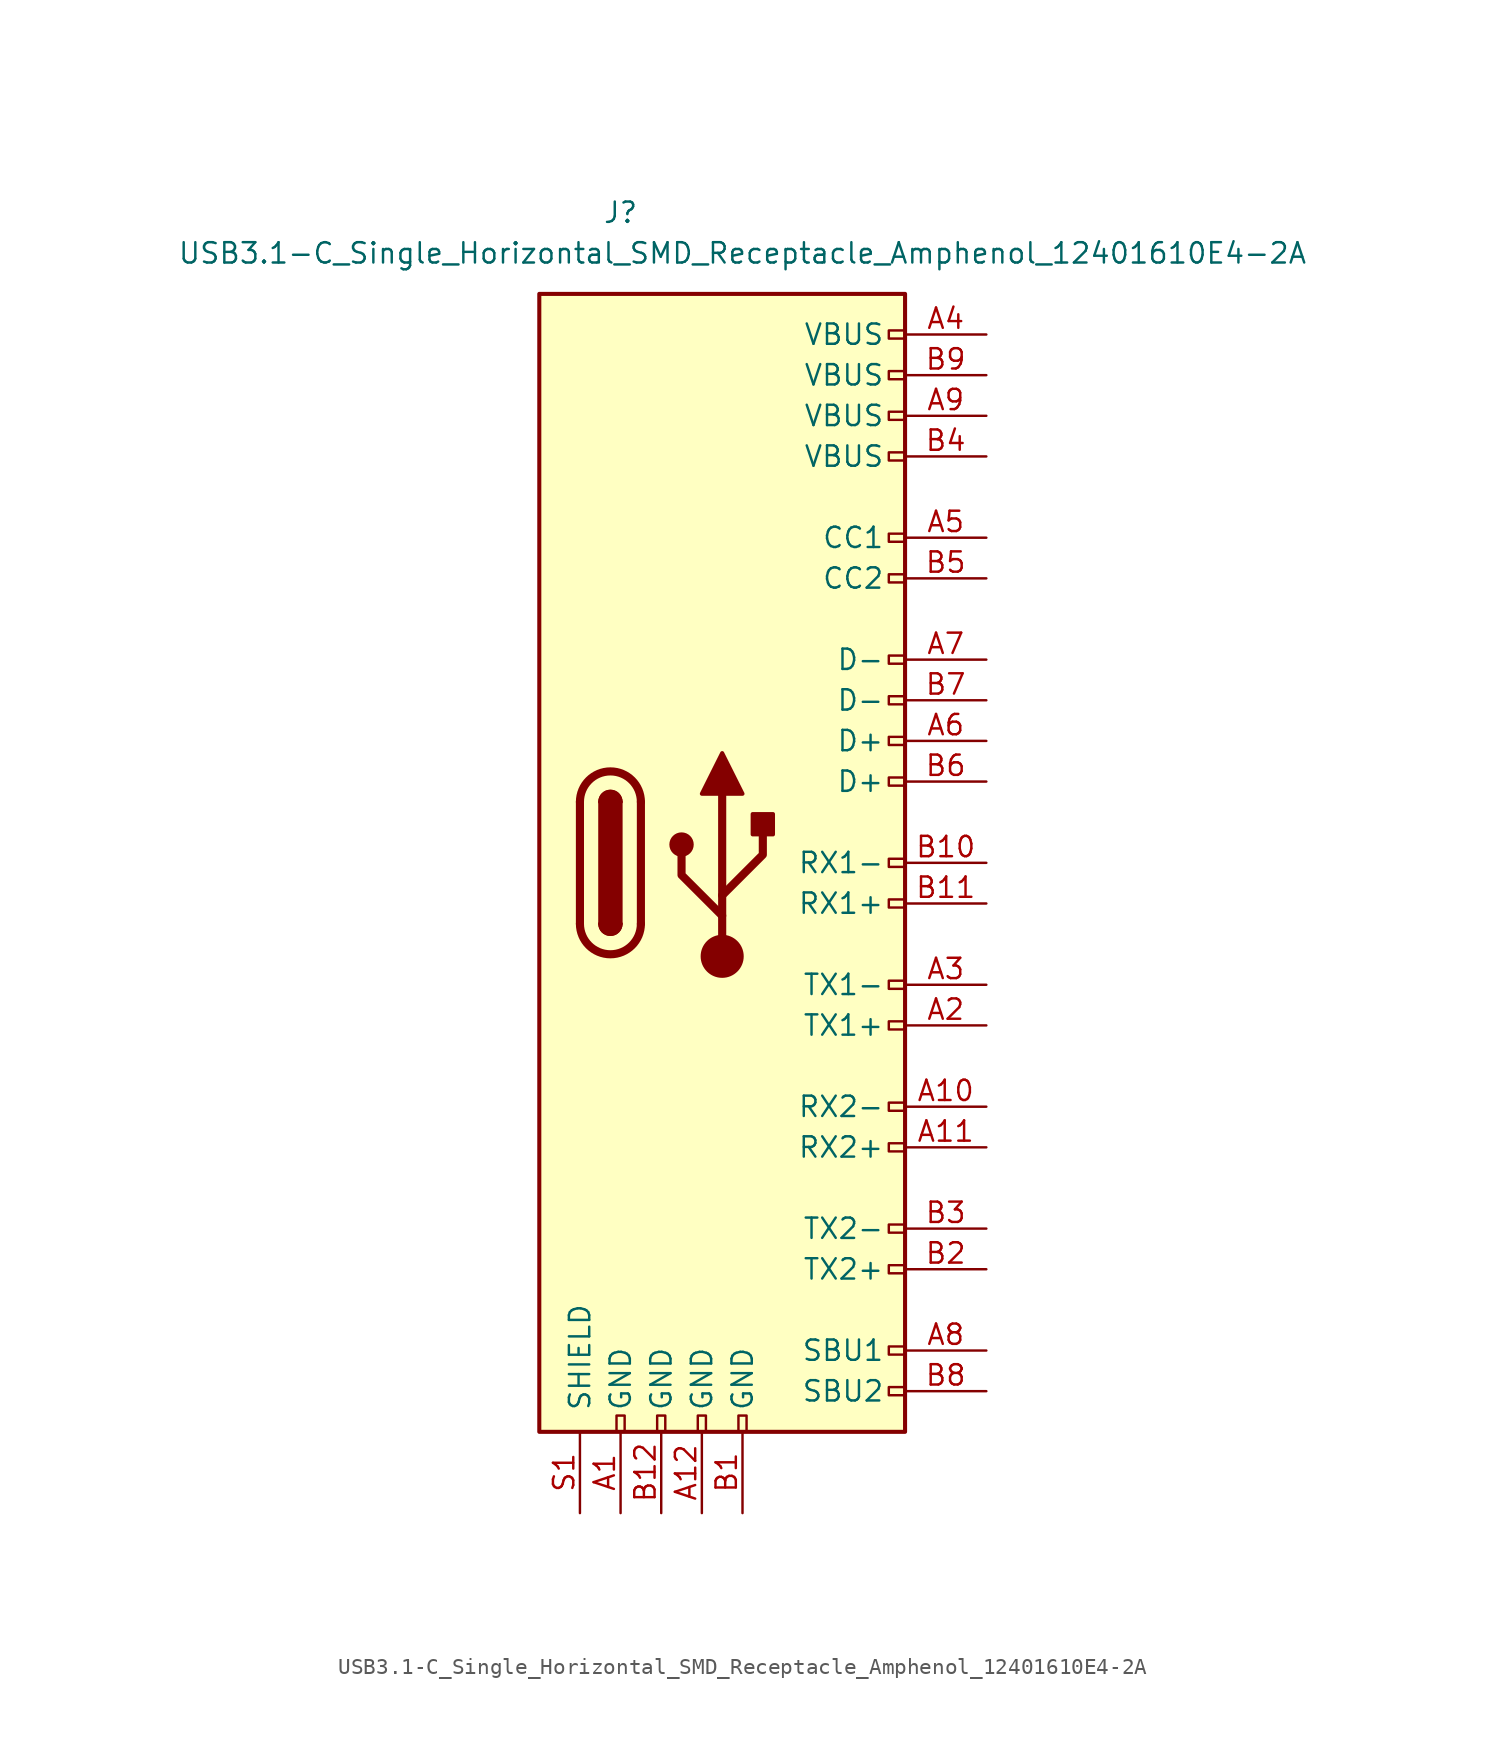
<source format=kicad_sym>
(kicad_symbol_lib
  (version 20211014)
  (generator kicad_symbol_editor)
  (symbol "USB3.1-C_Single_Horizontal_SMD_Receptacle_Amphenol_12401610E4-2A"
    (pin_names
      (offset 1.27))
    (property "Reference" "J"
      (at -6.35 40.64 0)
      (effects (font (size 1.27 1.27))))
    (property "Value" "USB3.1-C_Single_Horizontal_SMD_Receptacle_Amphenol_12401610E4-2A"
      (at 1.27 38.1 0)
      (effects (font (size 1.27 1.27))))
    (symbol "USB3.1-C_Single_Horizontal_SMD_Receptacle_Amphenol_12401610E4-2A_1_1"
      (rectangle (start -11.43 35.56) (end 11.43 -35.56) (stroke (width 0.254) (type default) (color 0 0 0 0)) (fill (type background)))
      (arc (start -8.89 -3.81) (mid -6.985 -5.715) (end -5.08 -3.81) (stroke (width 0.508) (type default) (color 0 0 0 0)) (fill (type none)))
      (arc (start -7.62 -3.81) (mid -6.985 -4.445) (end -6.35 -3.81) (stroke (width 0.254) (type default) (color 0 0 0 0)) (fill (type none)))
      (arc (start -7.62 -3.81) (mid -6.985 -4.445) (end -6.35 -3.81) (stroke (width 0.254) (type default) (color 0 0 0 0)) (fill (type outline)))
      (rectangle (start -7.62 -3.81) (end -6.35 3.81) (stroke (width 0.254) (type default) (color 0 0 0 0)) (fill (type outline)))
      (rectangle (start -6.604 -35.56) (end -6.096 -34.544) (stroke (width 0) (type default) (color 0 0 0 0)) (fill (type none)))
      (arc (start -6.35 3.81) (mid -6.985 4.445) (end -7.62 3.81) (stroke (width 0.254) (type default) (color 0 0 0 0)) (fill (type none)))
      (arc (start -6.35 3.81) (mid -6.985 4.445) (end -7.62 3.81) (stroke (width 0.254) (type default) (color 0 0 0 0)) (fill (type outline)))
      (arc (start -5.08 3.81) (mid -6.985 5.715) (end -8.89 3.81) (stroke (width 0.508) (type default) (color 0 0 0 0)) (fill (type none)))
      (rectangle (start -4.064 -35.56) (end -3.556 -34.544) (stroke (width 0) (type default) (color 0 0 0 0)) (fill (type none)))
      (circle (center -2.54 1.143) (radius 0.635) (stroke (width 0.254) (type default) (color 0 0 0 0)) (fill (type outline)))
      (rectangle (start -1.524 -35.56) (end -1.016 -34.544) (stroke (width 0) (type default) (color 0 0 0 0)) (fill (type none)))
      (circle (center 0 -5.842) (radius 1.27) (stroke (width 0) (type default) (color 0 0 0 0)) (fill (type outline)))
      (polyline (pts (xy -8.89 -3.81) (xy -8.89 3.81)) (stroke (width 0.508) (type default) (color 0 0 0 0)) (fill (type none)))
      (polyline (pts (xy -5.08 3.81) (xy -5.08 -3.81)) (stroke (width 0.508) (type default) (color 0 0 0 0)) (fill (type none)))
      (polyline (pts (xy 0 -5.842) (xy 0 4.318)) (stroke (width 0.508) (type default) (color 0 0 0 0)) (fill (type none)))
      (polyline (pts (xy 0 -3.302) (xy -2.54 -0.762) (xy -2.54 0.508)) (stroke (width 0.508) (type default) (color 0 0 0 0)) (fill (type none)))
      (polyline (pts (xy 0 -2.032) (xy 2.54 0.508) (xy 2.54 1.778)) (stroke (width 0.508) (type default) (color 0 0 0 0)) (fill (type none)))
      (polyline (pts (xy -1.27 4.318) (xy 0 6.858) (xy 1.27 4.318) (xy -1.27 4.318)) (stroke (width 0.254) (type default) (color 0 0 0 0)) (fill (type outline)))
      (rectangle (start 1.016 -35.56) (end 1.524 -34.544) (stroke (width 0) (type default) (color 0 0 0 0)) (fill (type none)))
      (rectangle (start 1.905 1.778) (end 3.175 3.048) (stroke (width 0.254) (type default) (color 0 0 0 0)) (fill (type outline)))
      (rectangle (start 11.43 -32.766) (end 10.414 -33.274) (stroke (width 0) (type default) (color 0 0 0 0)) (fill (type none)))
      (rectangle (start 11.43 -30.226) (end 10.414 -30.734) (stroke (width 0) (type default) (color 0 0 0 0)) (fill (type none)))
      (rectangle (start 11.43 -25.146) (end 10.414 -25.654) (stroke (width 0) (type default) (color 0 0 0 0)) (fill (type none)))
      (rectangle (start 11.43 -22.606) (end 10.414 -23.114) (stroke (width 0) (type default) (color 0 0 0 0)) (fill (type none)))
      (rectangle (start 11.43 -17.526) (end 10.414 -18.034) (stroke (width 0) (type default) (color 0 0 0 0)) (fill (type none)))
      (rectangle (start 11.43 -14.986) (end 10.414 -15.494) (stroke (width 0) (type default) (color 0 0 0 0)) (fill (type none)))
      (rectangle (start 11.43 -9.906) (end 10.414 -10.414) (stroke (width 0) (type default) (color 0 0 0 0)) (fill (type none)))
      (rectangle (start 11.43 -7.366) (end 10.414 -7.874) (stroke (width 0) (type default) (color 0 0 0 0)) (fill (type none)))
      (rectangle (start 11.43 -2.286) (end 10.414 -2.794) (stroke (width 0) (type default) (color 0 0 0 0)) (fill (type none)))
      (rectangle (start 11.43 0.254) (end 10.414 -0.254) (stroke (width 0) (type default) (color 0 0 0 0)) (fill (type none)))
      (rectangle (start 11.43 5.334) (end 10.414 4.826) (stroke (width 0) (type default) (color 0 0 0 0)) (fill (type none)))
      (rectangle (start 11.43 7.874) (end 10.414 7.366) (stroke (width 0) (type default) (color 0 0 0 0)) (fill (type none)))
      (rectangle (start 11.43 10.414) (end 10.414 9.906) (stroke (width 0) (type default) (color 0 0 0 0)) (fill (type none)))
      (rectangle (start 11.43 12.954) (end 10.414 12.446) (stroke (width 0) (type default) (color 0 0 0 0)) (fill (type none)))
      (rectangle (start 11.43 18.034) (end 10.414 17.526) (stroke (width 0) (type default) (color 0 0 0 0)) (fill (type none)))
      (rectangle (start 11.43 20.574) (end 10.414 20.066) (stroke (width 0) (type default) (color 0 0 0 0)) (fill (type none)))
      (rectangle (start 11.43 25.146) (end 10.414 25.654) (stroke (width 0) (type default) (color 0 0 0 0)) (fill (type none)))
      (rectangle (start 11.43 27.686) (end 10.414 28.194) (stroke (width 0) (type default) (color 0 0 0 0)) (fill (type none)))
      (rectangle (start 11.43 30.226) (end 10.414 30.734) (stroke (width 0) (type default) (color 0 0 0 0)) (fill (type none)))
      (rectangle (start 11.43 33.274) (end 10.414 32.766) (stroke (width 0) (type default) (color 0 0 0 0)) (fill (type none)))
      (pin power_in line (at -6.35 -40.64 90) (length 5.08) (name "GND" (effects (font (size 1.27 1.27)))) (number "A1" (effects (font (size 1.27 1.27)))))
      (pin bidirectional line (at 16.51 -15.24 180) (length 5.08) (name "RX2-" (effects (font (size 1.27 1.27)))) (number "A10" (effects (font (size 1.27 1.27)))))
      (pin bidirectional line (at 16.51 -17.78 180) (length 5.08) (name "RX2+" (effects (font (size 1.27 1.27)))) (number "A11" (effects (font (size 1.27 1.27)))))
      (pin passive line (at -1.27 -40.64 90) (length 5.08) (name "GND" (effects (font (size 1.27 1.27)))) (number "A12" (effects (font (size 1.27 1.27)))))
      (pin bidirectional line (at 16.51 -10.16 180) (length 5.08) (name "TX1+" (effects (font (size 1.27 1.27)))) (number "A2" (effects (font (size 1.27 1.27)))))
      (pin bidirectional line (at 16.51 -7.62 180) (length 5.08) (name "TX1-" (effects (font (size 1.27 1.27)))) (number "A3" (effects (font (size 1.27 1.27)))))
      (pin power_out line (at 16.51 33.02 180) (length 5.08) (name "VBUS" (effects (font (size 1.27 1.27)))) (number "A4" (effects (font (size 1.27 1.27)))))
      (pin bidirectional line (at 16.51 20.32 180) (length 5.08) (name "CC1" (effects (font (size 1.27 1.27)))) (number "A5" (effects (font (size 1.27 1.27)))))
      (pin bidirectional line (at 16.51 7.62 180) (length 5.08) (name "D+" (effects (font (size 1.27 1.27)))) (number "A6" (effects (font (size 1.27 1.27)))))
      (pin bidirectional line (at 16.51 12.7 180) (length 5.08) (name "D-" (effects (font (size 1.27 1.27)))) (number "A7" (effects (font (size 1.27 1.27)))))
      (pin bidirectional line (at 16.51 -30.48 180) (length 5.08) (name "SBU1" (effects (font (size 1.27 1.27)))) (number "A8" (effects (font (size 1.27 1.27)))))
      (pin passive line (at 16.51 27.94 180) (length 5.08) (name "VBUS" (effects (font (size 1.27 1.27)))) (number "A9" (effects (font (size 1.27 1.27)))))
      (pin passive line (at 1.27 -40.64 90) (length 5.08) (name "GND" (effects (font (size 1.27 1.27)))) (number "B1" (effects (font (size 1.27 1.27)))))
      (pin bidirectional line (at 16.51 0 180) (length 5.08) (name "RX1-" (effects (font (size 1.27 1.27)))) (number "B10" (effects (font (size 1.27 1.27)))))
      (pin bidirectional line (at 16.51 -2.54 180) (length 5.08) (name "RX1+" (effects (font (size 1.27 1.27)))) (number "B11" (effects (font (size 1.27 1.27)))))
      (pin passive line (at -3.81 -40.64 90) (length 5.08) (name "GND" (effects (font (size 1.27 1.27)))) (number "B12" (effects (font (size 1.27 1.27)))))
      (pin bidirectional line (at 16.51 -25.4 180) (length 5.08) (name "TX2+" (effects (font (size 1.27 1.27)))) (number "B2" (effects (font (size 1.27 1.27)))))
      (pin bidirectional line (at 16.51 -22.86 180) (length 5.08) (name "TX2-" (effects (font (size 1.27 1.27)))) (number "B3" (effects (font (size 1.27 1.27)))))
      (pin passive line (at 16.51 25.4 180) (length 5.08) (name "VBUS" (effects (font (size 1.27 1.27)))) (number "B4" (effects (font (size 1.27 1.27)))))
      (pin bidirectional line (at 16.51 17.78 180) (length 5.08) (name "CC2" (effects (font (size 1.27 1.27)))) (number "B5" (effects (font (size 1.27 1.27)))))
      (pin bidirectional line (at 16.51 5.08 180) (length 5.08) (name "D+" (effects (font (size 1.27 1.27)))) (number "B6" (effects (font (size 1.27 1.27)))))
      (pin bidirectional line (at 16.51 10.16 180) (length 5.08) (name "D-" (effects (font (size 1.27 1.27)))) (number "B7" (effects (font (size 1.27 1.27)))))
      (pin bidirectional line (at 16.51 -33.02 180) (length 5.08) (name "SBU2" (effects (font (size 1.27 1.27)))) (number "B8" (effects (font (size 1.27 1.27)))))
      (pin passive line (at 16.51 30.48 180) (length 5.08) (name "VBUS" (effects (font (size 1.27 1.27)))) (number "B9" (effects (font (size 1.27 1.27)))))
      (pin passive line (at -8.89 -40.64 90) (length 5.08) (name "SHIELD" (effects (font (size 1.27 1.27)))) (number "S1" (effects (font (size 1.27 1.27))))))))
</source>
